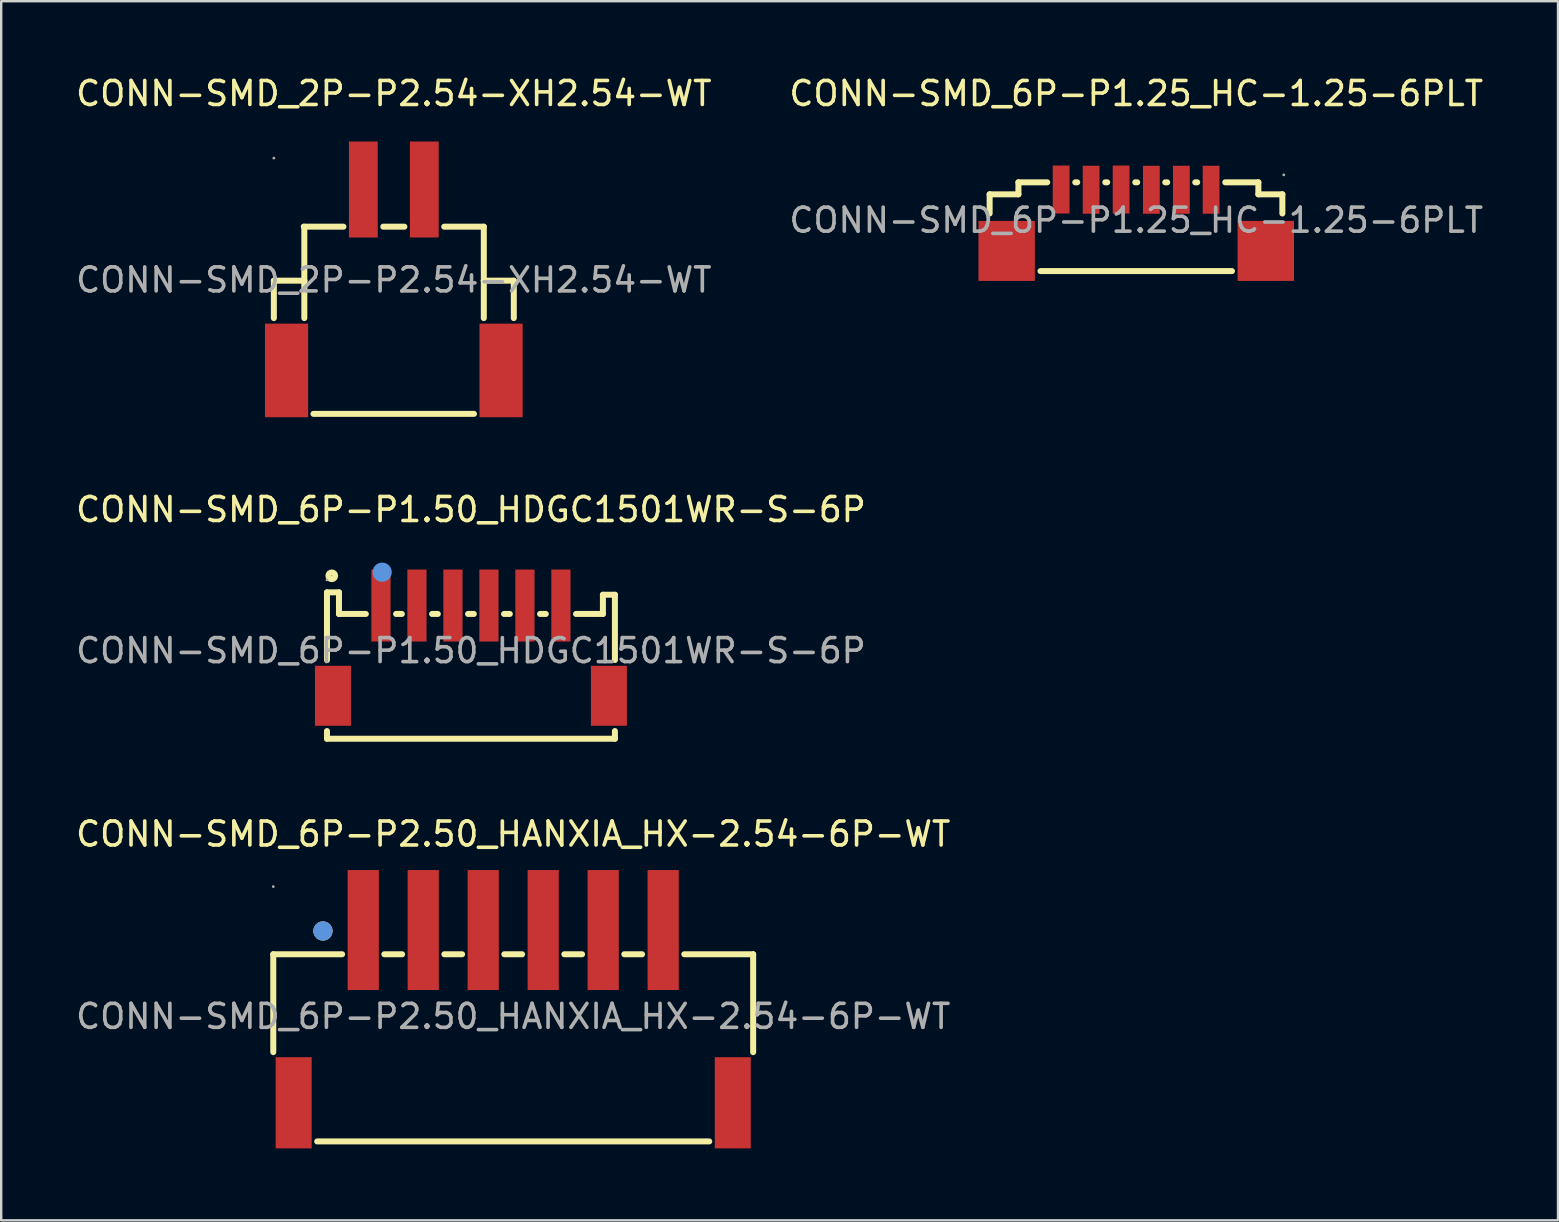
<source format=kicad_pcb>
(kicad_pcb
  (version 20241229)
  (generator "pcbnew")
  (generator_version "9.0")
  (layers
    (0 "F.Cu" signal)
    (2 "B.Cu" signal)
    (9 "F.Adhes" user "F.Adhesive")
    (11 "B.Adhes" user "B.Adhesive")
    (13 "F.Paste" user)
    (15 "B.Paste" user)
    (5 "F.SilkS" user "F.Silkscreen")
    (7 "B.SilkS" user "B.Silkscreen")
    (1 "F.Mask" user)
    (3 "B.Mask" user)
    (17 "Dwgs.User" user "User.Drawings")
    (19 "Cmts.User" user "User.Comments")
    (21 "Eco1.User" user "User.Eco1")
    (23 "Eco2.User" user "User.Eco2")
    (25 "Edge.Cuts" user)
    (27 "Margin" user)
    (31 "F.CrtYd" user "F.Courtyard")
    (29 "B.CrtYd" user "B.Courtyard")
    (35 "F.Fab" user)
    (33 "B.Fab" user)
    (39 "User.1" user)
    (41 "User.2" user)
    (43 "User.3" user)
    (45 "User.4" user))
  (footprint "CONN-SMD_2P-P2.54-XH2.54-WT"
    (layer "F.Cu")
    (at 13.363 8.618)
    (property "Reference" "CONN-SMD_2P-P2.54-XH2.54-WT" (at 0 -7.77 0) (layer "F.SilkS") (effects (font (size 1 1) (thickness 0.15))))
    (attr through_hole)
    (fp_line (start -5 0.03) (end -5 1.59) (stroke (width 0.25) (type solid)) (layer "F.SilkS"))
    (fp_line (start -3.73 -2.2) (end -3.75 -2.22) (stroke (width 0.25) (type solid)) (layer "F.SilkS"))
    (fp_line (start -3.73 0.03) (end -5 0.03) (stroke (width 0.25) (type solid)) (layer "F.SilkS"))
    (fp_line (start -3.73 0.03) (end -3.73 -2.2) (stroke (width 0.25) (type solid)) (layer "F.SilkS"))
    (fp_line (start -3.73 0.03) (end -3.73 1.59) (stroke (width 0.25) (type solid)) (layer "F.SilkS"))
    (fp_line (start -3.35 5.58) (end 3.34 5.58) (stroke (width 0.25) (type solid)) (layer "F.SilkS"))
    (fp_line (start -2.1 -2.22) (end -3.75 -2.22) (stroke (width 0.25) (type solid)) (layer "F.SilkS"))
    (fp_line (start 0.44 -2.22) (end -0.44 -2.22) (stroke (width 0.25) (type solid)) (layer "F.SilkS"))
    (fp_line (start 3.75 -2.22) (end 2.1 -2.22) (stroke (width 0.25) (type solid)) (layer "F.SilkS"))
    (fp_line (start 3.75 0.03) (end 3.75 -2.22) (stroke (width 0.25) (type solid)) (layer "F.SilkS"))
    (fp_line (start 3.75 0.03) (end 3.75 1.59) (stroke (width 0.25) (type solid)) (layer "F.SilkS"))
    (fp_line (start 5 0.03) (end 3.75 0.03) (stroke (width 0.25) (type solid)) (layer "F.SilkS"))
    (fp_line (start 5 0.03) (end 5 1.59) (stroke (width 0.25) (type solid)) (layer "F.SilkS"))
    (fp_circle (center -5 -5.08) (end -4.97 -5.08) (stroke (width 0.06) (type solid)) (fill no) (layer "F.Fab"))
    (fp_text user "${REFERENCE}" (at 0 0 0) (layer "F.Fab") (effects (font (size 1 1) (thickness 0.15))))
    (pad "1" smd rect (at -1.27 -3.77) (size 1.2 4) (layers "F.Cu" "F.Mask" "F.Paste"))
    (pad "2" smd rect (at 1.27 -3.77) (size 1.2 4) (layers "F.Cu" "F.Mask" "F.Paste"))
    (pad "3" smd rect (at 4.47 3.77) (size 1.8 3.9) (layers "F.Cu" "F.Mask" "F.Paste"))
    (pad "4" smd rect (at -4.47 3.77) (size 1.8 3.9) (layers "F.Cu" "F.Mask" "F.Paste")))
  (footprint "CONN-SMD_6P-P1.25_HC-1.25-6PLT"
    (layer "F.Cu")
    (at 44.304 6.128)
    (property "Reference" "CONN-SMD_6P-P1.25_HC-1.25-6PLT" (at 0 -5.28 0) (layer "F.SilkS") (effects (font (size 1 1) (thickness 0.15))))
    (attr smd)
    (fp_line (start -6.11 -1.08) (end -4.91 -1.08) (stroke (width 0.25) (type solid)) (layer "F.SilkS"))
    (fp_line (start -6.11 -0.28) (end -6.11 -1.08) (stroke (width 0.25) (type solid)) (layer "F.SilkS"))
    (fp_line (start -4.91 -1.58) (end -3.71 -1.58) (stroke (width 0.25) (type solid)) (layer "F.SilkS"))
    (fp_line (start -4.91 -1.08) (end -4.91 -1.58) (stroke (width 0.25) (type solid)) (layer "F.SilkS"))
    (fp_line (start -3.99 2.12) (end 3.99 2.12) (stroke (width 0.25) (type solid)) (layer "F.SilkS"))
    (fp_line (start -2.54 -1.58) (end -2.46 -1.58) (stroke (width 0.25) (type solid)) (layer "F.SilkS"))
    (fp_line (start -1.29 -1.58) (end -1.21 -1.58) (stroke (width 0.25) (type solid)) (layer "F.SilkS"))
    (fp_line (start -0.04 -1.58) (end 0.04 -1.58) (stroke (width 0.25) (type solid)) (layer "F.SilkS"))
    (fp_line (start 1.21 -1.58) (end 1.29 -1.58) (stroke (width 0.25) (type solid)) (layer "F.SilkS"))
    (fp_line (start 2.46 -1.58) (end 2.54 -1.58) (stroke (width 0.25) (type solid)) (layer "F.SilkS"))
    (fp_line (start 5.09 -1.58) (end 3.71 -1.58) (stroke (width 0.25) (type solid)) (layer "F.SilkS"))
    (fp_line (start 5.09 -1.08) (end 5.09 -1.58) (stroke (width 0.25) (type solid)) (layer "F.SilkS"))
    (fp_line (start 6.09 -1.08) (end 5.09 -1.08) (stroke (width 0.25) (type solid)) (layer "F.SilkS"))
    (fp_line (start 6.09 -0.28) (end 6.09 -1.08) (stroke (width 0.25) (type solid)) (layer "F.SilkS"))
    (fp_circle (center 6.15 -1.89) (end 6.18 -1.89) (stroke (width 0.06) (type solid)) (fill no) (layer "F.Fab"))
    (fp_text user "${REFERENCE}" (at 0 0 0) (layer "F.Fab") (effects (font (size 1 1) (thickness 0.15))))
    (pad "1" smd rect (at 3.12 -1.27 180) (size 0.7 2) (layers "F.Cu" "F.Mask" "F.Paste"))
    (pad "2" smd rect (at 1.88 -1.27 180) (size 0.7 2) (layers "F.Cu" "F.Mask" "F.Paste"))
    (pad "3" smd rect (at 0.63 -1.27 180) (size 0.7 2) (layers "F.Cu" "F.Mask" "F.Paste"))
    (pad "4" smd rect (at -0.63 -1.28 180) (size 0.7 2) (layers "F.Cu" "F.Mask" "F.Paste"))
    (pad "5" smd rect (at -1.88 -1.27 180) (size 0.7 2) (layers "F.Cu" "F.Mask" "F.Paste"))
    (pad "6" smd rect (at -3.13 -1.28 180) (size 0.7 2) (layers "F.Cu" "F.Mask" "F.Paste"))
    (pad "7" smd rect (at 5.4 1.28) (size 2.35 2.5) (layers "F.Cu" "F.Mask" "F.Paste"))
    (pad "8" smd rect (at -5.4 1.28) (size 2.35 2.5) (layers "F.Cu" "F.Mask" "F.Paste")))
  (footprint "CONN-SMD_6P-P1.50_HDGC1501WR-S-6P"
    (layer "F.Cu")
    (at 16.577 24.067)
    (property "Reference" "CONN-SMD_6P-P1.50_HDGC1501WR-S-6P" (at 0 -5.88 0) (layer "F.SilkS") (effects (font (size 1 1) (thickness 0.15))))
    (attr smd)
    (fp_line (start -6 -2.43) (end -5.5 -2.43) (stroke (width 0.25) (type solid)) (layer "F.SilkS"))
    (fp_line (start -6 0.39) (end -6 -2.43) (stroke (width 0.25) (type solid)) (layer "F.SilkS"))
    (fp_line (start -6 3.67) (end -6 3.35) (stroke (width 0.25) (type solid)) (layer "F.SilkS"))
    (fp_line (start -5.5 -2.43) (end -5.5 -1.53) (stroke (width 0.25) (type solid)) (layer "F.SilkS"))
    (fp_line (start -5.5 -1.53) (end -4.38 -1.53) (stroke (width 0.25) (type solid)) (layer "F.SilkS"))
    (fp_line (start -3.12 -1.53) (end -2.88 -1.53) (stroke (width 0.25) (type solid)) (layer "F.SilkS"))
    (fp_line (start -1.62 -1.53) (end -1.38 -1.53) (stroke (width 0.25) (type solid)) (layer "F.SilkS"))
    (fp_line (start -0.12 -1.53) (end 0.12 -1.53) (stroke (width 0.25) (type solid)) (layer "F.SilkS"))
    (fp_line (start 1.38 -1.53) (end 1.62 -1.53) (stroke (width 0.25) (type solid)) (layer "F.SilkS"))
    (fp_line (start 2.88 -1.53) (end 3.12 -1.53) (stroke (width 0.25) (type solid)) (layer "F.SilkS"))
    (fp_line (start 4.38 -1.53) (end 5.5 -1.53) (stroke (width 0.25) (type solid)) (layer "F.SilkS"))
    (fp_line (start 5.5 -2.33) (end 6 -2.33) (stroke (width 0.25) (type solid)) (layer "F.SilkS"))
    (fp_line (start 5.5 -1.53) (end 5.5 -2.33) (stroke (width 0.25) (type solid)) (layer "F.SilkS"))
    (fp_line (start 6 -2.33) (end 6 0.39) (stroke (width 0.25) (type solid)) (layer "F.SilkS"))
    (fp_line (start 6 3.35) (end 6 3.67) (stroke (width 0.25) (type solid)) (layer "F.SilkS"))
    (fp_line (start 6 3.67) (end -6 3.67) (stroke (width 0.25) (type solid)) (layer "F.SilkS"))
    (fp_circle (center -5.8 -3.12) (end -5.66 -3.12) (stroke (width 0.25) (type solid)) (fill no) (layer "F.SilkS"))
    (fp_circle (center -3.7 -3.27) (end -3.5 -3.27) (stroke (width 0.4) (type solid)) (fill no) (layer "Cmts.User"))
    (fp_circle (center -6 -2.95) (end -5.97 -2.95) (stroke (width 0.06) (type solid)) (fill no) (layer "F.Fab"))
    (fp_text user "${REFERENCE}" (at 0 0 0) (layer "F.Fab") (effects (font (size 1 1) (thickness 0.15))))
    (pad "1" smd rect (at -3.75 -1.88) (size 0.8 3) (layers "F.Cu" "F.Mask" "F.Paste"))
    (pad "2" smd rect (at -2.25 -1.88) (size 0.8 3) (layers "F.Cu" "F.Mask" "F.Paste"))
    (pad "3" smd rect (at -0.75 -1.88) (size 0.8 3) (layers "F.Cu" "F.Mask" "F.Paste"))
    (pad "4" smd rect (at 0.75 -1.88) (size 0.8 3) (layers "F.Cu" "F.Mask" "F.Paste"))
    (pad "5" smd rect (at 2.25 -1.88) (size 0.8 3) (layers "F.Cu" "F.Mask" "F.Paste"))
    (pad "6" smd rect (at 3.75 -1.88) (size 0.8 3) (layers "F.Cu" "F.Mask" "F.Paste"))
    (pad "7" smd rect (at 5.75 1.88) (size 1.5 2.5) (layers "F.Cu" "F.Mask" "F.Paste"))
    (pad "8" smd rect (at -5.75 1.88) (size 1.5 2.5) (layers "F.Cu" "F.Mask" "F.Paste")))
  (footprint "CONN-SMD_6P-P2.50_HANXIA_HX-2.54-6P-WT"
    (layer "F.Cu")
    (at 18.339 39.31)
    (property "Reference" "CONN-SMD_6P-P2.50_HANXIA_HX-2.54-6P-WT" (at 0 -7.6 0) (layer "F.SilkS") (effects (font (size 1 1) (thickness 0.15))))
    (attr smd)
    (fp_line (start -10 -2.59) (end -7.13 -2.59) (stroke (width 0.25) (type solid)) (layer "F.SilkS"))
    (fp_line (start -10 1.49) (end -10 -2.59) (stroke (width 0.25) (type solid)) (layer "F.SilkS"))
    (fp_line (start -5.37 -2.59) (end -4.63 -2.59) (stroke (width 0.25) (type solid)) (layer "F.SilkS"))
    (fp_line (start -2.87 -2.59) (end -2.13 -2.59) (stroke (width 0.25) (type solid)) (layer "F.SilkS"))
    (fp_line (start -0.37 -2.59) (end 0.37 -2.59) (stroke (width 0.25) (type solid)) (layer "F.SilkS"))
    (fp_line (start 2.13 -2.59) (end 2.87 -2.59) (stroke (width 0.25) (type solid)) (layer "F.SilkS"))
    (fp_line (start 4.63 -2.59) (end 5.37 -2.59) (stroke (width 0.25) (type solid)) (layer "F.SilkS"))
    (fp_line (start 7.13 -2.59) (end 10 -2.59) (stroke (width 0.25) (type solid)) (layer "F.SilkS"))
    (fp_line (start 8.17 5.21) (end -8.17 5.21) (stroke (width 0.25) (type solid)) (layer "F.SilkS"))
    (fp_line (start 10 1.49) (end 10 -2.59) (stroke (width 0.25) (type solid)) (layer "F.SilkS"))
    (fp_circle (center -7.93 -3.56) (end -7.73 -3.56) (stroke (width 0.4) (type solid)) (fill no) (layer "F.SilkS"))
    (fp_circle (center -7.93 -3.56) (end -7.73 -3.56) (stroke (width 0.4) (type solid)) (fill no) (layer "Cmts.User"))
    (fp_circle (center -10 -5.41) (end -9.97 -5.41) (stroke (width 0.06) (type solid)) (fill no) (layer "F.Fab"))
    (fp_text user "${REFERENCE}" (at 0 0 0) (layer "F.Fab") (effects (font (size 1 1) (thickness 0.15))))
    (pad "1" smd rect (at -6.25 -3.6) (size 1.3 5) (layers "F.Cu" "F.Mask" "F.Paste"))
    (pad "2" smd rect (at -3.75 -3.6) (size 1.3 5) (layers "F.Cu" "F.Mask" "F.Paste"))
    (pad "3" smd rect (at -1.25 -3.6) (size 1.3 5) (layers "F.Cu" "F.Mask" "F.Paste"))
    (pad "4" smd rect (at 1.25 -3.6) (size 1.3 5) (layers "F.Cu" "F.Mask" "F.Paste"))
    (pad "5" smd rect (at 3.75 -3.6) (size 1.3 5) (layers "F.Cu" "F.Mask" "F.Paste"))
    (pad "6" smd rect (at 6.25 -3.6) (size 1.3 5) (layers "F.Cu" "F.Mask" "F.Paste"))
    (pad "7" smd rect (at -9.15 3.6) (size 1.5 3.8) (layers "F.Cu" "F.Mask" "F.Paste"))
    (pad "8" smd rect (at 9.15 3.6) (size 1.5 3.8) (layers "F.Cu" "F.Mask" "F.Paste")))
  (gr_rect
    (start -3 -3)
    (end 61.881 47.81)
    (stroke (width 0.1) (type default))
    (fill no)
    (layer "Edge.Cuts")))
</source>
